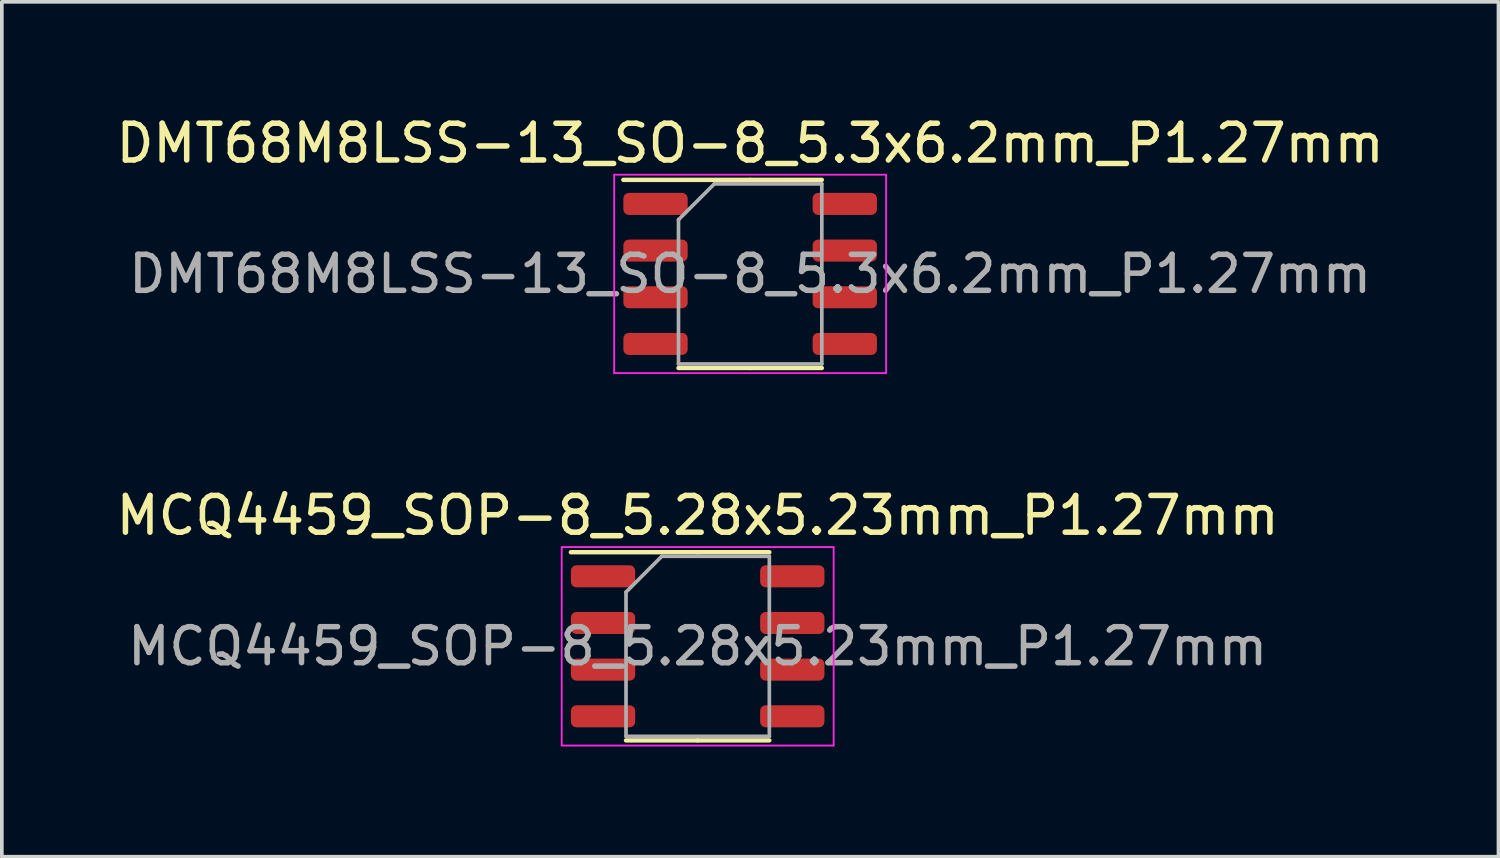
<source format=kicad_pcb>
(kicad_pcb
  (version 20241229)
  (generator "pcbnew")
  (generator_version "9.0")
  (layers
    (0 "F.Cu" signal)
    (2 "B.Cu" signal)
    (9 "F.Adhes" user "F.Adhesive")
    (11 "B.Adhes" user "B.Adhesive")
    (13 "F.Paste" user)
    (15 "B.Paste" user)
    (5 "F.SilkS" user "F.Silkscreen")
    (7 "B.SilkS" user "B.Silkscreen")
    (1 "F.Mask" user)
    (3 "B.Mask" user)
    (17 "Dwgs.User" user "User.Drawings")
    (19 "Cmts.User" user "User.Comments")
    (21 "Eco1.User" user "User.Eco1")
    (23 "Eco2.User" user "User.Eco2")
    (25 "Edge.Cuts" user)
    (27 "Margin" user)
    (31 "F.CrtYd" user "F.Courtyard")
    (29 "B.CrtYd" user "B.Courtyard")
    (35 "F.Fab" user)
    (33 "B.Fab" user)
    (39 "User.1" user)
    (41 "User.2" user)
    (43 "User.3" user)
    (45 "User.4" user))
  (footprint "MCQ4459_SOP-8_5.28x5.23mm_P1.27mm"
    (layer "F.Cu")
    (at 15.935 14.537)
    (property "Reference" "MCQ4459_SOP-8_5.28x5.23mm_P1.27mm" (at 0 -3.56 0) (layer "F.SilkS") (effects (font (size 1 1) (thickness 0.15))))
    (attr smd)
    (fp_line (start 0 -2.56) (end -3.45 -2.56) (stroke (width 0.12) (type solid)) (layer "F.SilkS"))
    (fp_line (start 0 -2.56) (end 1.95 -2.56) (stroke (width 0.12) (type solid)) (layer "F.SilkS"))
    (fp_line (start 0 2.56) (end -1.95 2.56) (stroke (width 0.12) (type solid)) (layer "F.SilkS"))
    (fp_line (start 0 2.56) (end 1.95 2.56) (stroke (width 0.12) (type solid)) (layer "F.SilkS"))
    (fp_line (start -3.7 -2.7) (end -3.7 2.7) (stroke (width 0.05) (type solid)) (layer "F.CrtYd"))
    (fp_line (start -3.7 2.7) (end 3.7 2.7) (stroke (width 0.05) (type solid)) (layer "F.CrtYd"))
    (fp_line (start 3.7 -2.7) (end -3.7 -2.7) (stroke (width 0.05) (type solid)) (layer "F.CrtYd"))
    (fp_line (start 3.7 2.7) (end 3.7 -2.7) (stroke (width 0.05) (type solid)) (layer "F.CrtYd"))
    (fp_line (start -1.95 -1.475) (end -0.975 -2.45) (stroke (width 0.1) (type solid)) (layer "F.Fab"))
    (fp_line (start -1.95 2.45) (end -1.95 -1.475) (stroke (width 0.1) (type solid)) (layer "F.Fab"))
    (fp_line (start -0.975 -2.45) (end 1.95 -2.45) (stroke (width 0.1) (type solid)) (layer "F.Fab"))
    (fp_line (start 1.95 -2.45) (end 1.95 2.45) (stroke (width 0.1) (type solid)) (layer "F.Fab"))
    (fp_line (start 1.95 2.45) (end -1.95 2.45) (stroke (width 0.1) (type solid)) (layer "F.Fab"))
    (fp_text user "${REFERENCE}" (at 0 0 0) (layer "F.Fab") (effects (font (size 0.98 0.98) (thickness 0.15))))
    (pad "1" smd roundrect (at 2.575 -1.905) (size 1.75 0.6) (layers "F.Cu" "F.Mask" "F.Paste") (roundrect_rratio 0.25))
    (pad "1" smd roundrect (at 2.575 -0.635) (size 1.75 0.6) (layers "F.Cu" "F.Mask" "F.Paste") (roundrect_rratio 0.25))
    (pad "1" smd roundrect (at 2.575 0.635) (size 1.75 0.6) (layers "F.Cu" "F.Mask" "F.Paste") (roundrect_rratio 0.25))
    (pad "1" smd roundrect (at 2.575 1.905) (size 1.75 0.6) (layers "F.Cu" "F.Mask" "F.Paste") (roundrect_rratio 0.25))
    (pad "2" smd roundrect (at -2.575 1.905) (size 1.75 0.6) (layers "F.Cu" "F.Mask" "F.Paste") (roundrect_rratio 0.25))
    (pad "3" smd roundrect (at -2.575 -1.905) (size 1.75 0.6) (layers "F.Cu" "F.Mask" "F.Paste") (roundrect_rratio 0.25))
    (pad "3" smd roundrect (at -2.575 -0.635) (size 1.75 0.6) (layers "F.Cu" "F.Mask" "F.Paste") (roundrect_rratio 0.25))
    (pad "3" smd roundrect (at -2.575 0.635) (size 1.75 0.6) (layers "F.Cu" "F.Mask" "F.Paste") (roundrect_rratio 0.25)))
  (footprint "DMT68M8LSS-13_SO-8_5.3x6.2mm_P1.27mm"
    (layer "F.Cu")
    (at 17.363 4.404)
    (property "Reference" "DMT68M8LSS-13_SO-8_5.3x6.2mm_P1.27mm" (at 0 -3.556 180) (layer "F.SilkS") (effects (font (size 1 1) (thickness 0.15))))
    (attr smd)
    (fp_line (start 0 -2.56) (end -3.45 -2.56) (stroke (width 0.12) (type solid)) (layer "F.SilkS"))
    (fp_line (start 0 -2.56) (end 1.95 -2.56) (stroke (width 0.12) (type solid)) (layer "F.SilkS"))
    (fp_line (start 0 2.56) (end -1.95 2.56) (stroke (width 0.12) (type solid)) (layer "F.SilkS"))
    (fp_line (start 0 2.56) (end 1.95 2.56) (stroke (width 0.12) (type solid)) (layer "F.SilkS"))
    (fp_line (start -3.7 -2.7) (end -3.7 2.7) (stroke (width 0.05) (type solid)) (layer "F.CrtYd"))
    (fp_line (start -3.7 2.7) (end 3.7 2.7) (stroke (width 0.05) (type solid)) (layer "F.CrtYd"))
    (fp_line (start 3.7 -2.7) (end -3.7 -2.7) (stroke (width 0.05) (type solid)) (layer "F.CrtYd"))
    (fp_line (start 3.7 2.7) (end 3.7 -2.7) (stroke (width 0.05) (type solid)) (layer "F.CrtYd"))
    (fp_line (start -1.95 -1.475) (end -0.975 -2.45) (stroke (width 0.1) (type solid)) (layer "F.Fab"))
    (fp_line (start -1.95 2.45) (end -1.95 -1.475) (stroke (width 0.1) (type solid)) (layer "F.Fab"))
    (fp_line (start -0.975 -2.45) (end 1.95 -2.45) (stroke (width 0.1) (type solid)) (layer "F.Fab"))
    (fp_line (start 1.95 -2.45) (end 1.95 2.45) (stroke (width 0.1) (type solid)) (layer "F.Fab"))
    (fp_line (start 1.95 2.45) (end -1.95 2.45) (stroke (width 0.1) (type solid)) (layer "F.Fab"))
    (fp_text user "${REFERENCE}" (at 0 0 0) (layer "F.Fab") (effects (font (size 0.98 0.98) (thickness 0.15))))
    (pad "1" smd roundrect (at 2.575 -1.905) (size 1.75 0.6) (layers "F.Cu" "F.Mask" "F.Paste") (roundrect_rratio 0.25))
    (pad "1" smd roundrect (at 2.575 -0.635) (size 1.75 0.6) (layers "F.Cu" "F.Mask" "F.Paste") (roundrect_rratio 0.25))
    (pad "1" smd roundrect (at 2.575 0.635) (size 1.75 0.6) (layers "F.Cu" "F.Mask" "F.Paste") (roundrect_rratio 0.25))
    (pad "1" smd roundrect (at 2.575 1.905) (size 1.75 0.6) (layers "F.Cu" "F.Mask" "F.Paste") (roundrect_rratio 0.25))
    (pad "2" smd roundrect (at -2.575 1.905) (size 1.75 0.6) (layers "F.Cu" "F.Mask" "F.Paste") (roundrect_rratio 0.25))
    (pad "3" smd roundrect (at -2.575 -1.905) (size 1.75 0.6) (layers "F.Cu" "F.Mask" "F.Paste") (roundrect_rratio 0.25))
    (pad "3" smd roundrect (at -2.575 -0.635) (size 1.75 0.6) (layers "F.Cu" "F.Mask" "F.Paste") (roundrect_rratio 0.25))
    (pad "3" smd roundrect (at -2.575 0.635) (size 1.75 0.6) (layers "F.Cu" "F.Mask" "F.Paste") (roundrect_rratio 0.25)))
  (gr_rect
    (start -3 -3)
    (end 37.726 20.262)
    (stroke (width 0.1) (type default))
    (fill no)
    (layer "Edge.Cuts")))
</source>
